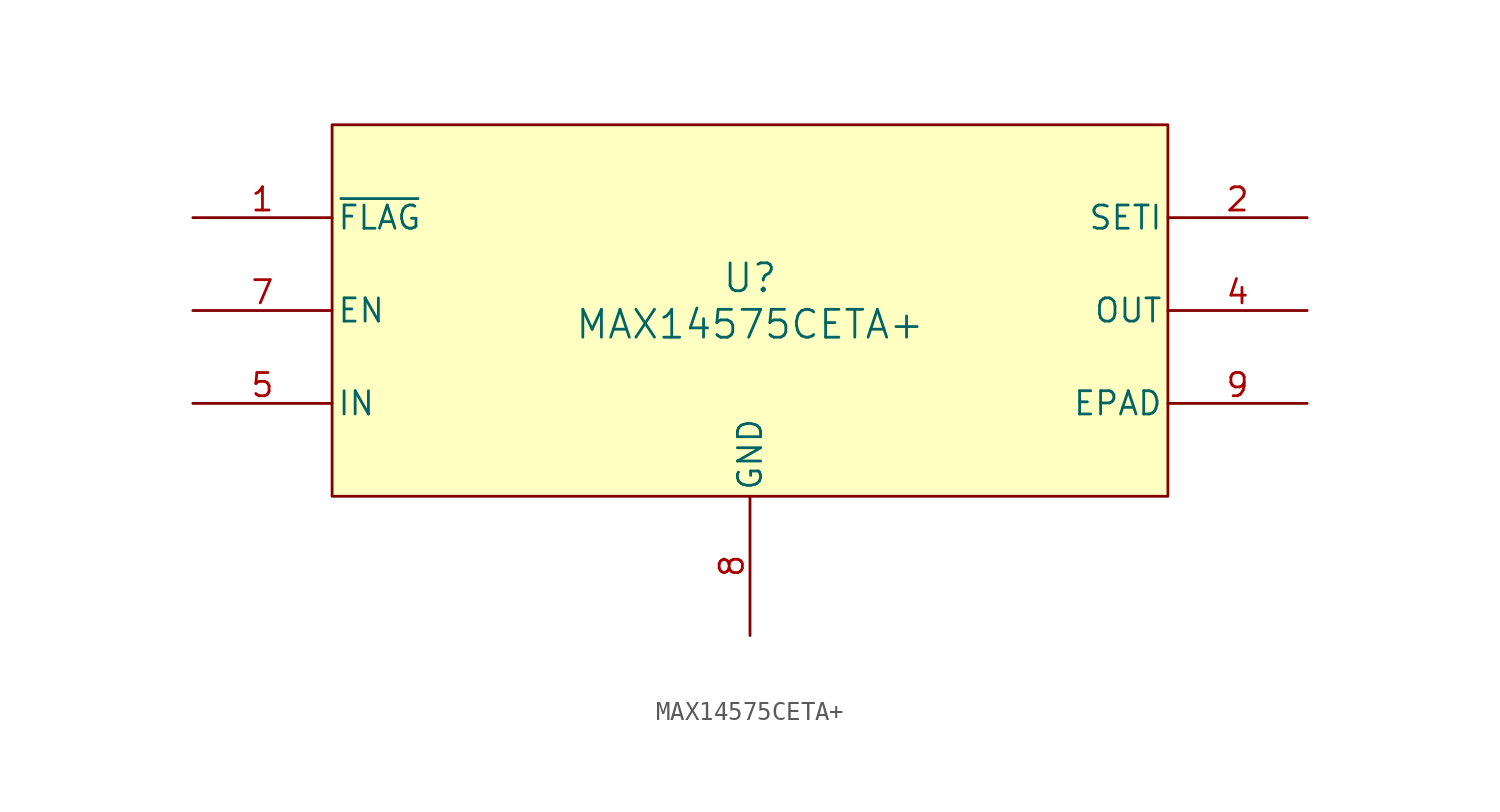
<source format=kicad_sym>
(kicad_symbol_lib
  (version 20241209)
  (generator "kicad_symbol_editor")
  (generator_version "9.0")
  (symbol "MAX14575CETA+"
    (pin_names
      (offset 0.254))
    (property "Reference" "U"
      (at 0 1.778 0)
      (effects (font (size 1.524 1.524))))
    (property "Value" "MAX14575CETA+"
      (at 0 -0.762 0)
      (effects (font (size 1.524 1.524))))
    (property "ki_locked" ""
      (at 0 0 0)
      (effects (font (size 1.27 1.27))))
    (symbol "MAX14575CETA+_0_1"
      (pin bidirectional line (at -30.48 0 0) (length 7.62) (name "EN" (effects (font (size 1.27 1.27)))) (number "7" (effects (font (size 1.27 1.27)))))
      (pin input line (at -30.48 -5.08 0) (length 7.62) (name "IN" (effects (font (size 1.27 1.27)))) (number "5" (effects (font (size 1.27 1.27)))))
      (pin input line (at -30.48 -5.08 0) (length 7.62) (hide yes) (name "IN" (effects (font (size 1.27 1.27)))) (number "6" (effects (font (size 1.27 1.27)))))
      (pin power_in line (at 0 -17.78 90) (length 7.62) (name "GND" (effects (font (size 1.27 1.27)))) (number "8" (effects (font (size 1.27 1.27)))))
      (pin output line (at 30.48 0 180) (length 7.62) (name "OUT" (effects (font (size 1.27 1.27)))) (number "4" (effects (font (size 1.27 1.27)))))
      (pin unspecified line (at 30.48 -5.08 180) (length 7.62) (name "EPAD" (effects (font (size 1.27 1.27)))) (number "9" (effects (font (size 1.27 1.27))))))
    (symbol "MAX14575CETA+_1_1"
      (rectangle (start -22.86 10.16) (end 22.86 -10.16) (stroke (width 0) (type default)) (fill (type background)))
      (pin bidirectional line (at -30.48 5.08 0) (length 7.62) (name "~{FLAG}" (effects (font (size 1.27 1.27)))) (number "1" (effects (font (size 1.27 1.27)))))
      (pin bidirectional line (at 30.48 5.08 180) (length 7.62) (name "SETI" (effects (font (size 1.27 1.27)))) (number "2" (effects (font (size 1.27 1.27)))))
      (pin output line (at 30.48 0 180) (length 7.62) (hide yes) (name "OUT" (effects (font (size 1.27 1.27)))) (number "3" (effects (font (size 1.27 1.27))))))))
</source>
